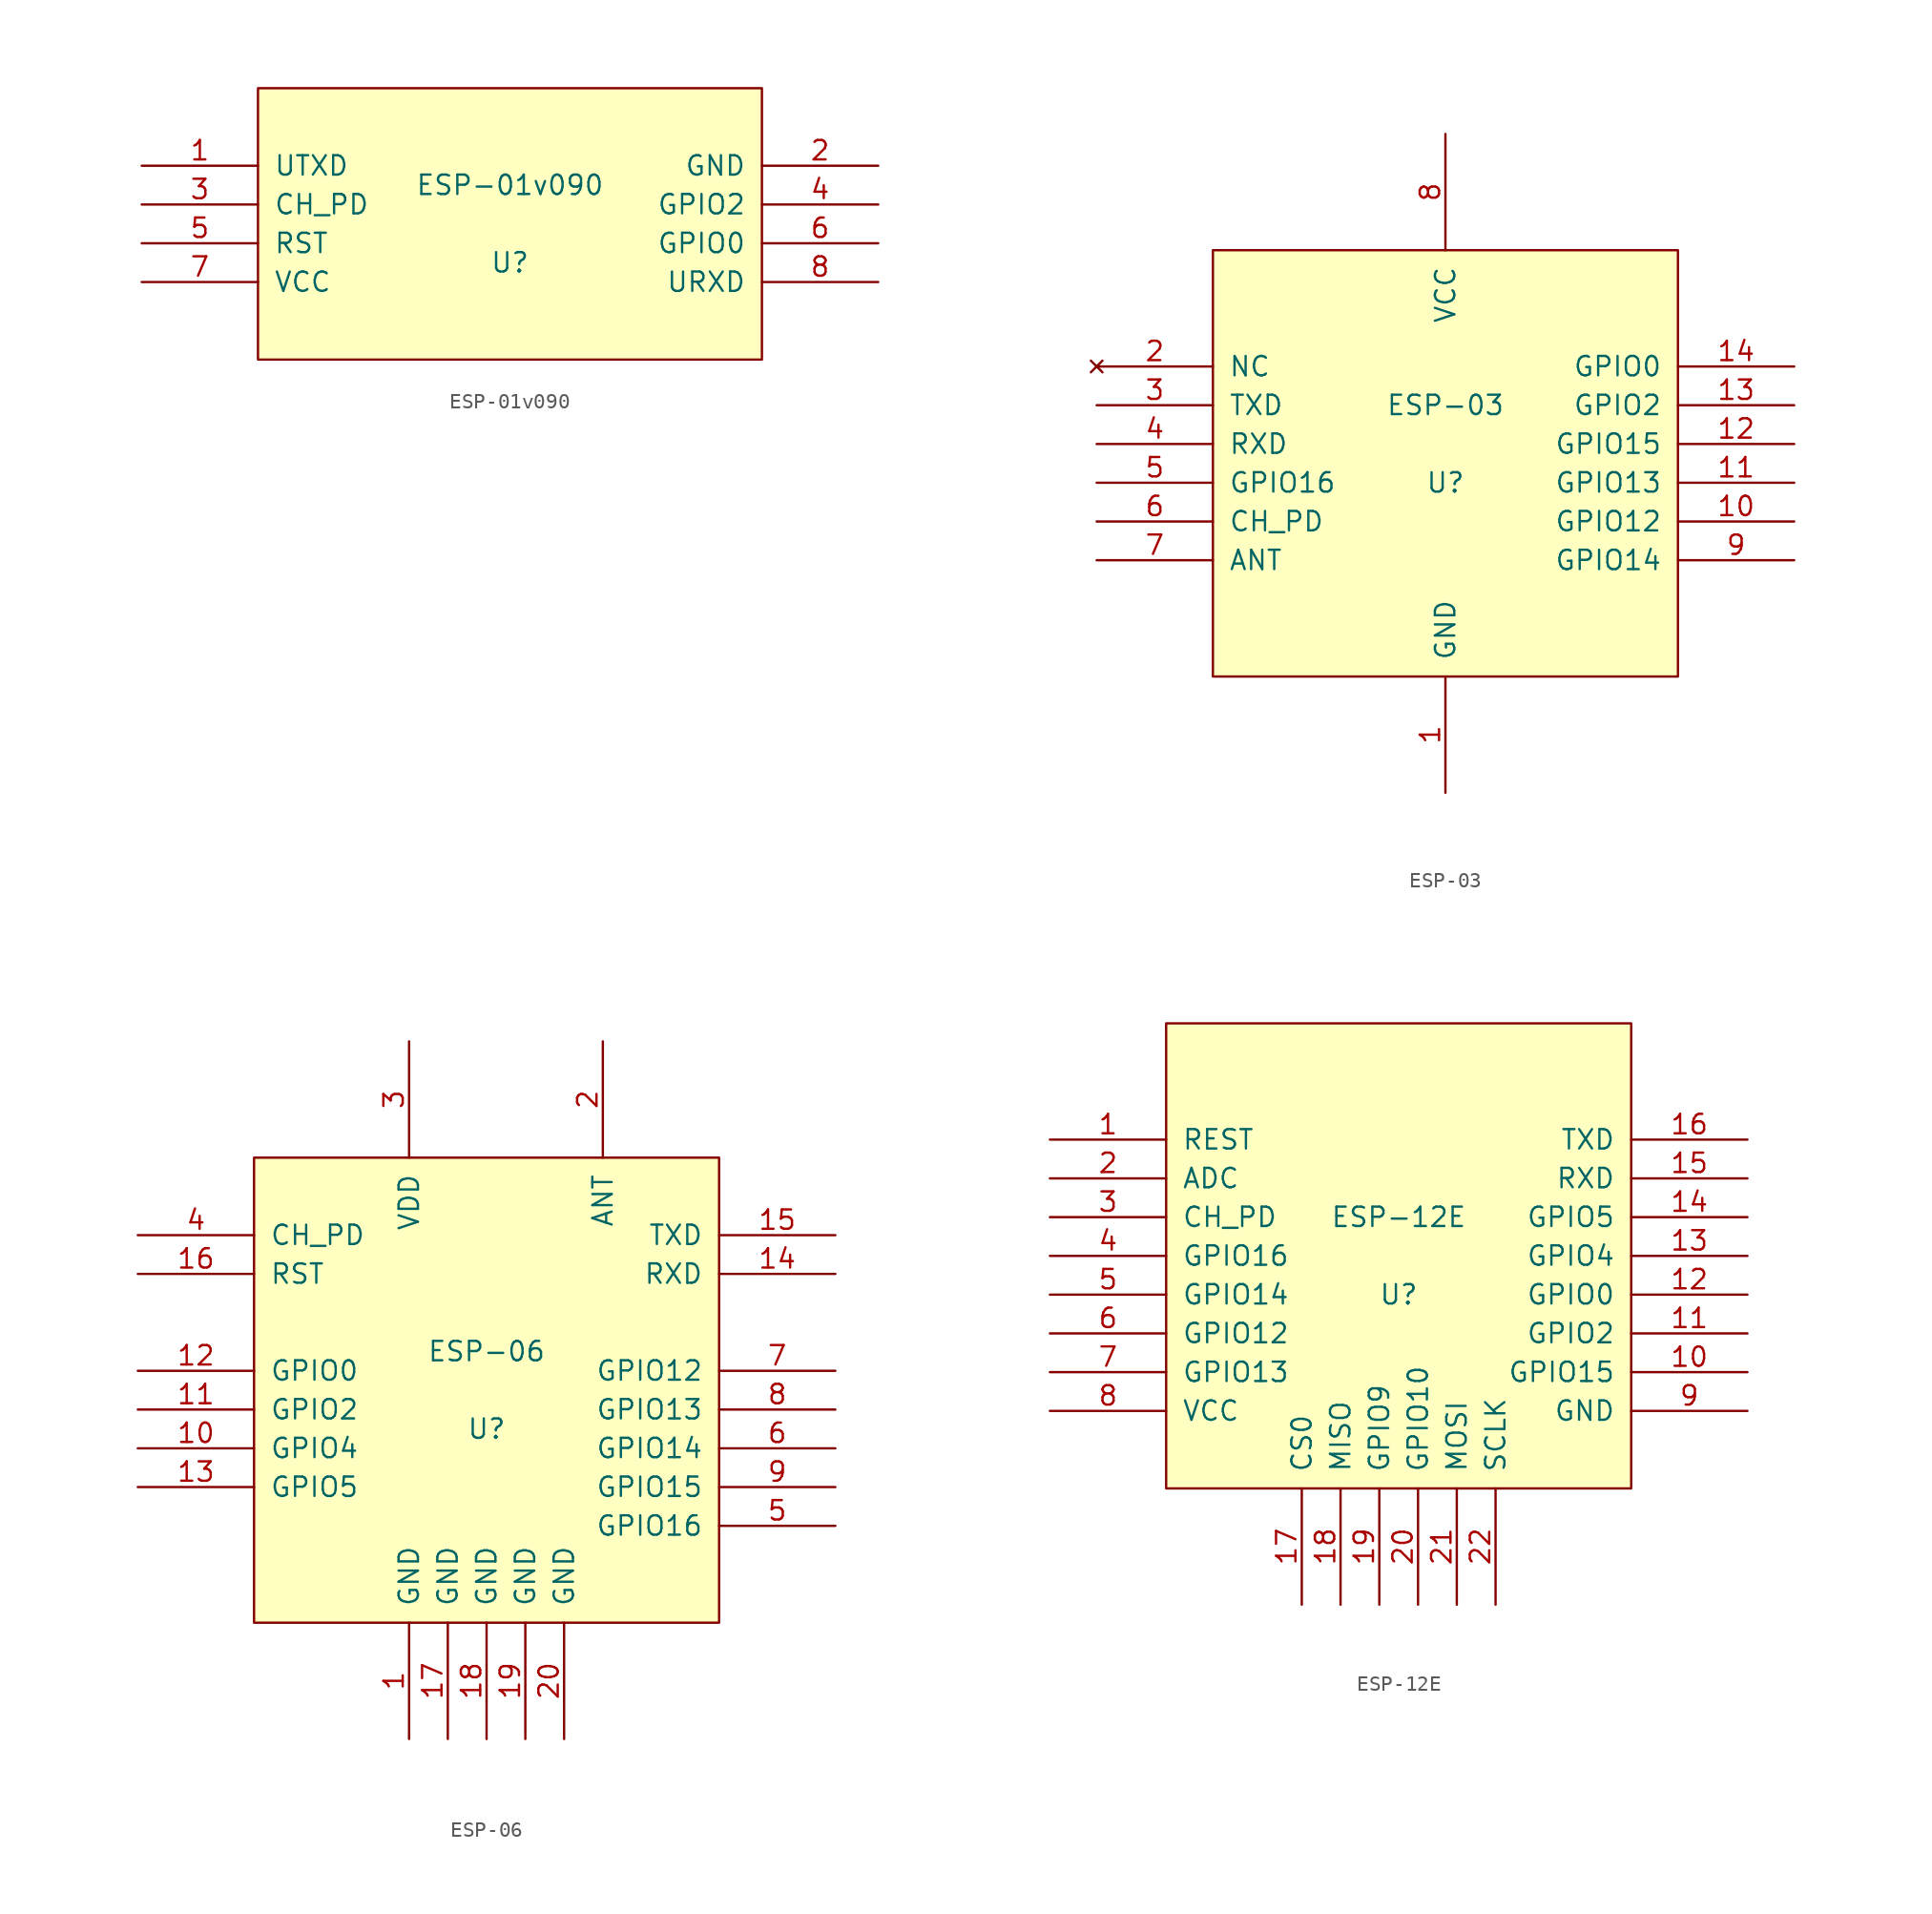
<source format=kicad_sym>
(kicad_symbol_lib
  (version 20220914)
  (generator kicad_symbol_editor)
  (symbol "ESP-01v090"
    (pin_names
      (offset 1.016))
    (property "Reference" "U"
      (at 0 -2.54 0)
      (effects (font (size 1.27 1.27))))
    (property "Value" "ESP-01v090"
      (at 0 2.54 0)
      (effects (font (size 1.27 1.27))))
    (symbol "ESP-01v090_1_0"
      (rectangle (start -16.51 8.89) (end 16.51 -8.89) (stroke (width 0) (type solid)) (fill (type background))))
    (symbol "ESP-01v090_1_1"
      (pin output line (at -24.13 3.81 0) (length 7.62) (name "UTXD" (effects (font (size 1.27 1.27)))) (number "1" (effects (font (size 1.27 1.27)))))
      (pin power_in line (at 24.13 3.81 180) (length 7.62) (name "GND" (effects (font (size 1.27 1.27)))) (number "2" (effects (font (size 1.27 1.27)))))
      (pin input line (at -24.13 1.27 0) (length 7.62) (name "CH_PD" (effects (font (size 1.27 1.27)))) (number "3" (effects (font (size 1.27 1.27)))))
      (pin tri_state line (at 24.13 1.27 180) (length 7.62) (name "GPIO2" (effects (font (size 1.27 1.27)))) (number "4" (effects (font (size 1.27 1.27)))))
      (pin input line (at -24.13 -1.27 0) (length 7.62) (name "RST" (effects (font (size 1.27 1.27)))) (number "5" (effects (font (size 1.27 1.27)))))
      (pin tri_state line (at 24.13 -1.27 180) (length 7.62) (name "GPIO0" (effects (font (size 1.27 1.27)))) (number "6" (effects (font (size 1.27 1.27)))))
      (pin power_in line (at -24.13 -3.81 0) (length 7.62) (name "VCC" (effects (font (size 1.27 1.27)))) (number "7" (effects (font (size 1.27 1.27)))))
      (pin input line (at 24.13 -3.81 180) (length 7.62) (name "URXD" (effects (font (size 1.27 1.27)))) (number "8" (effects (font (size 1.27 1.27)))))))
  (symbol "ESP-03"
    (pin_names
      (offset 1.016))
    (property "Reference" "U"
      (at 0 0 0)
      (effects (font (size 1.27 1.27))))
    (property "Value" "ESP-03"
      (at 0 5.08 0)
      (effects (font (size 1.27 1.27))))
    (symbol "ESP-03_1_0"
      (rectangle (start -15.24 15.24) (end 15.24 -12.7) (stroke (width 0) (type solid)) (fill (type background))))
    (symbol "ESP-03_1_1"
      (pin power_in line (at 0 -20.32 90) (length 7.62) (name "GND" (effects (font (size 1.27 1.27)))) (number "1" (effects (font (size 1.27 1.27)))))
      (pin bidirectional line (at 22.86 -2.54 180) (length 7.62) (name "GPIO12" (effects (font (size 1.27 1.27)))) (number "10" (effects (font (size 1.27 1.27)))))
      (pin bidirectional line (at 22.86 0 180) (length 7.62) (name "GPIO13" (effects (font (size 1.27 1.27)))) (number "11" (effects (font (size 1.27 1.27)))))
      (pin bidirectional line (at 22.86 2.54 180) (length 7.62) (name "GPIO15" (effects (font (size 1.27 1.27)))) (number "12" (effects (font (size 1.27 1.27)))))
      (pin bidirectional line (at 22.86 5.08 180) (length 7.62) (name "GPIO2" (effects (font (size 1.27 1.27)))) (number "13" (effects (font (size 1.27 1.27)))))
      (pin input line (at 22.86 7.62 180) (length 7.62) (name "GPIO0" (effects (font (size 1.27 1.27)))) (number "14" (effects (font (size 1.27 1.27)))))
      (pin no_connect line (at -22.86 7.62 0) (length 7.62) (name "NC" (effects (font (size 1.27 1.27)))) (number "2" (effects (font (size 1.27 1.27)))))
      (pin output line (at -22.86 5.08 0) (length 7.62) (name "TXD" (effects (font (size 1.27 1.27)))) (number "3" (effects (font (size 1.27 1.27)))))
      (pin input line (at -22.86 2.54 0) (length 7.62) (name "RXD" (effects (font (size 1.27 1.27)))) (number "4" (effects (font (size 1.27 1.27)))))
      (pin bidirectional line (at -22.86 0 0) (length 7.62) (name "GPIO16" (effects (font (size 1.27 1.27)))) (number "5" (effects (font (size 1.27 1.27)))))
      (pin input line (at -22.86 -2.54 0) (length 7.62) (name "CH_PD" (effects (font (size 1.27 1.27)))) (number "6" (effects (font (size 1.27 1.27)))))
      (pin unspecified line (at -22.86 -5.08 0) (length 7.62) (name "ANT" (effects (font (size 1.27 1.27)))) (number "7" (effects (font (size 1.27 1.27)))))
      (pin power_in line (at 0 22.86 270) (length 7.62) (name "VCC" (effects (font (size 1.27 1.27)))) (number "8" (effects (font (size 1.27 1.27)))))
      (pin bidirectional line (at 22.86 -5.08 180) (length 7.62) (name "GPIO14" (effects (font (size 1.27 1.27)))) (number "9" (effects (font (size 1.27 1.27)))))))
  (symbol "ESP-06"
    (pin_names
      (offset 1.016))
    (property "Reference" "U"
      (at 0 -2.54 0)
      (effects (font (size 1.27 1.27))))
    (property "Value" "ESP-06"
      (at 0 2.54 0)
      (effects (font (size 1.27 1.27))))
    (symbol "ESP-06_1_0"
      (rectangle (start -15.24 15.24) (end 15.24 -15.24) (stroke (width 0) (type solid)) (fill (type background))))
    (symbol "ESP-06_1_1"
      (pin power_in line (at -5.08 -22.86 90) (length 7.62) (name "GND" (effects (font (size 1.27 1.27)))) (number "1" (effects (font (size 1.27 1.27)))))
      (pin bidirectional line (at -22.86 -3.81 0) (length 7.62) (name "GPIO4" (effects (font (size 1.27 1.27)))) (number "10" (effects (font (size 1.27 1.27)))))
      (pin bidirectional line (at -22.86 -1.27 0) (length 7.62) (name "GPIO2" (effects (font (size 1.27 1.27)))) (number "11" (effects (font (size 1.27 1.27)))))
      (pin bidirectional line (at -22.86 1.27 0) (length 7.62) (name "GPIO0" (effects (font (size 1.27 1.27)))) (number "12" (effects (font (size 1.27 1.27)))))
      (pin bidirectional line (at -22.86 -6.35 0) (length 7.62) (name "GPIO5" (effects (font (size 1.27 1.27)))) (number "13" (effects (font (size 1.27 1.27)))))
      (pin input line (at 22.86 7.62 180) (length 7.62) (name "RXD" (effects (font (size 1.27 1.27)))) (number "14" (effects (font (size 1.27 1.27)))))
      (pin output line (at 22.86 10.16 180) (length 7.62) (name "TXD" (effects (font (size 1.27 1.27)))) (number "15" (effects (font (size 1.27 1.27)))))
      (pin input line (at -22.86 7.62 0) (length 7.62) (name "RST" (effects (font (size 1.27 1.27)))) (number "16" (effects (font (size 1.27 1.27)))))
      (pin power_in line (at -2.54 -22.86 90) (length 7.62) (name "GND" (effects (font (size 1.27 1.27)))) (number "17" (effects (font (size 1.27 1.27)))))
      (pin power_in line (at 0 -22.86 90) (length 7.62) (name "GND" (effects (font (size 1.27 1.27)))) (number "18" (effects (font (size 1.27 1.27)))))
      (pin power_in line (at 2.54 -22.86 90) (length 7.62) (name "GND" (effects (font (size 1.27 1.27)))) (number "19" (effects (font (size 1.27 1.27)))))
      (pin unspecified line (at 7.62 22.86 270) (length 7.62) (name "ANT" (effects (font (size 1.27 1.27)))) (number "2" (effects (font (size 1.27 1.27)))))
      (pin power_in line (at 5.08 -22.86 90) (length 7.62) (name "GND" (effects (font (size 1.27 1.27)))) (number "20" (effects (font (size 1.27 1.27)))))
      (pin power_in line (at -5.08 22.86 270) (length 7.62) (name "VDD" (effects (font (size 1.27 1.27)))) (number "3" (effects (font (size 1.27 1.27)))))
      (pin input line (at -22.86 10.16 0) (length 7.62) (name "CH_PD" (effects (font (size 1.27 1.27)))) (number "4" (effects (font (size 1.27 1.27)))))
      (pin bidirectional line (at 22.86 -8.89 180) (length 7.62) (name "GPIO16" (effects (font (size 1.27 1.27)))) (number "5" (effects (font (size 1.27 1.27)))))
      (pin bidirectional line (at 22.86 -3.81 180) (length 7.62) (name "GPIO14" (effects (font (size 1.27 1.27)))) (number "6" (effects (font (size 1.27 1.27)))))
      (pin bidirectional line (at 22.86 1.27 180) (length 7.62) (name "GPIO12" (effects (font (size 1.27 1.27)))) (number "7" (effects (font (size 1.27 1.27)))))
      (pin bidirectional line (at 22.86 -1.27 180) (length 7.62) (name "GPIO13" (effects (font (size 1.27 1.27)))) (number "8" (effects (font (size 1.27 1.27)))))
      (pin bidirectional line (at 22.86 -6.35 180) (length 7.62) (name "GPIO15" (effects (font (size 1.27 1.27)))) (number "9" (effects (font (size 1.27 1.27)))))))
  (symbol "ESP-12E"
    (pin_names
      (offset 1.016))
    (property "Reference" "U"
      (at 0 -2.54 0)
      (effects (font (size 1.27 1.27))))
    (property "Value" "ESP-12E"
      (at 0 2.54 0)
      (effects (font (size 1.27 1.27))))
    (symbol "ESP-12E_1_0"
      (rectangle (start -15.24 15.24) (end 15.24 -15.24) (stroke (width 0) (type solid)) (fill (type background))))
    (symbol "ESP-12E_1_1"
      (pin input line (at -22.86 7.62 0) (length 7.62) (name "REST" (effects (font (size 1.27 1.27)))) (number "1" (effects (font (size 1.27 1.27)))))
      (pin bidirectional line (at 22.86 -7.62 180) (length 7.62) (name "GPIO15" (effects (font (size 1.27 1.27)))) (number "10" (effects (font (size 1.27 1.27)))))
      (pin bidirectional line (at 22.86 -5.08 180) (length 7.62) (name "GPIO2" (effects (font (size 1.27 1.27)))) (number "11" (effects (font (size 1.27 1.27)))))
      (pin bidirectional line (at 22.86 -2.54 180) (length 7.62) (name "GPIO0" (effects (font (size 1.27 1.27)))) (number "12" (effects (font (size 1.27 1.27)))))
      (pin bidirectional line (at 22.86 0 180) (length 7.62) (name "GPIO4" (effects (font (size 1.27 1.27)))) (number "13" (effects (font (size 1.27 1.27)))))
      (pin bidirectional line (at 22.86 2.54 180) (length 7.62) (name "GPIO5" (effects (font (size 1.27 1.27)))) (number "14" (effects (font (size 1.27 1.27)))))
      (pin input line (at 22.86 5.08 180) (length 7.62) (name "RXD" (effects (font (size 1.27 1.27)))) (number "15" (effects (font (size 1.27 1.27)))))
      (pin output line (at 22.86 7.62 180) (length 7.62) (name "TXD" (effects (font (size 1.27 1.27)))) (number "16" (effects (font (size 1.27 1.27)))))
      (pin bidirectional line (at -6.35 -22.86 90) (length 7.62) (name "CS0" (effects (font (size 1.27 1.27)))) (number "17" (effects (font (size 1.27 1.27)))))
      (pin bidirectional line (at -3.81 -22.86 90) (length 7.62) (name "MISO" (effects (font (size 1.27 1.27)))) (number "18" (effects (font (size 1.27 1.27)))))
      (pin bidirectional line (at -1.27 -22.86 90) (length 7.62) (name "GPIO9" (effects (font (size 1.27 1.27)))) (number "19" (effects (font (size 1.27 1.27)))))
      (pin passive line (at -22.86 5.08 0) (length 7.62) (name "ADC" (effects (font (size 1.27 1.27)))) (number "2" (effects (font (size 1.27 1.27)))))
      (pin bidirectional line (at 1.27 -22.86 90) (length 7.62) (name "GPIO10" (effects (font (size 1.27 1.27)))) (number "20" (effects (font (size 1.27 1.27)))))
      (pin bidirectional line (at 3.81 -22.86 90) (length 7.62) (name "MOSI" (effects (font (size 1.27 1.27)))) (number "21" (effects (font (size 1.27 1.27)))))
      (pin bidirectional line (at 6.35 -22.86 90) (length 7.62) (name "SCLK" (effects (font (size 1.27 1.27)))) (number "22" (effects (font (size 1.27 1.27)))))
      (pin input line (at -22.86 2.54 0) (length 7.62) (name "CH_PD" (effects (font (size 1.27 1.27)))) (number "3" (effects (font (size 1.27 1.27)))))
      (pin bidirectional line (at -22.86 0 0) (length 7.62) (name "GPIO16" (effects (font (size 1.27 1.27)))) (number "4" (effects (font (size 1.27 1.27)))))
      (pin bidirectional line (at -22.86 -2.54 0) (length 7.62) (name "GPIO14" (effects (font (size 1.27 1.27)))) (number "5" (effects (font (size 1.27 1.27)))))
      (pin bidirectional line (at -22.86 -5.08 0) (length 7.62) (name "GPIO12" (effects (font (size 1.27 1.27)))) (number "6" (effects (font (size 1.27 1.27)))))
      (pin bidirectional line (at -22.86 -7.62 0) (length 7.62) (name "GPIO13" (effects (font (size 1.27 1.27)))) (number "7" (effects (font (size 1.27 1.27)))))
      (pin power_in line (at -22.86 -10.16 0) (length 7.62) (name "VCC" (effects (font (size 1.27 1.27)))) (number "8" (effects (font (size 1.27 1.27)))))
      (pin power_in line (at 22.86 -10.16 180) (length 7.62) (name "GND" (effects (font (size 1.27 1.27)))) (number "9" (effects (font (size 1.27 1.27))))))))
</source>
